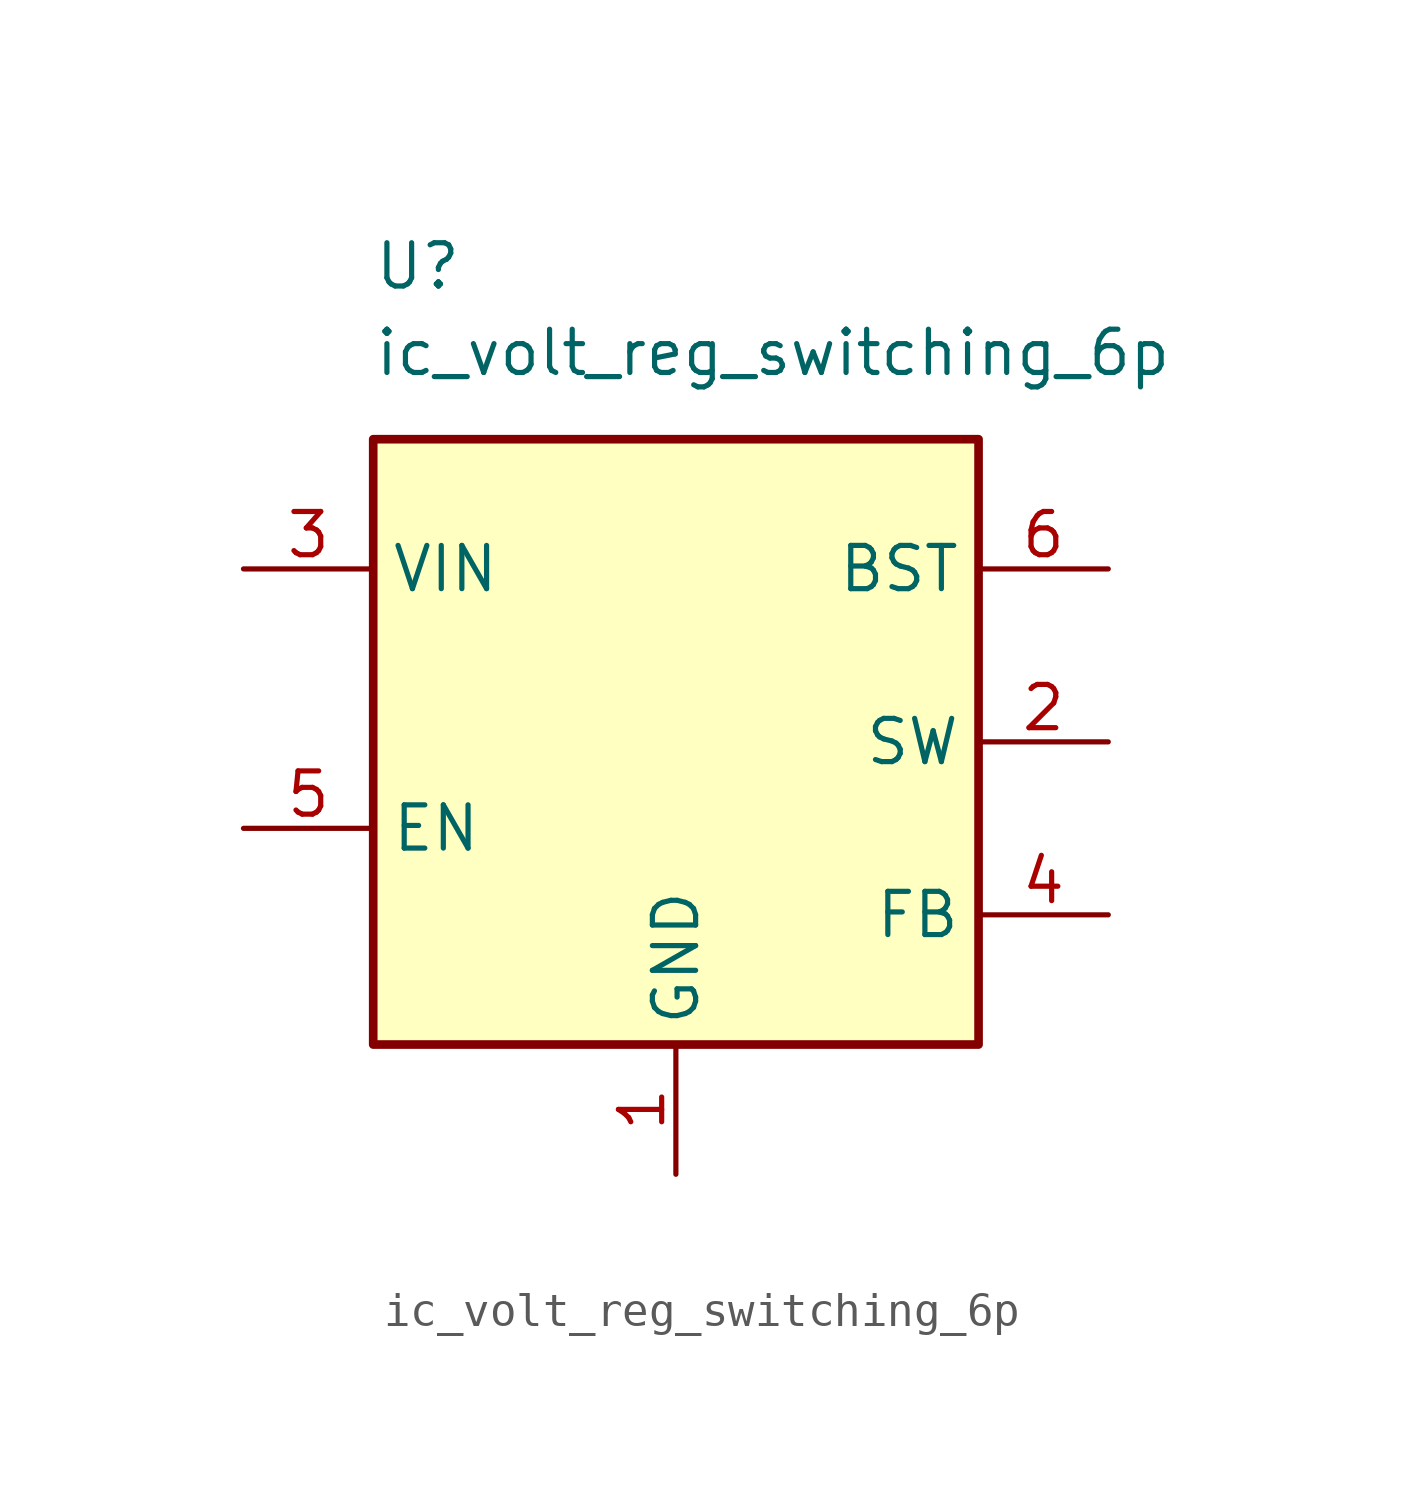
<source format=kicad_sym>
(kicad_symbol_lib
  (version 20241209)
  (generator "kicad_symbol_editor")
  (generator_version "9.0")
  (symbol "ic_volt_reg_switching_6p"
    (property "Reference" "U"
      (at 3.81 8.89 0)
      (effects (font (size 1.27 1.27)) (justify left)))
    (property "Value" "ic_volt_reg_switching_6p"
      (at 3.81 6.35 0)
      (effects (font (size 1.27 1.27)) (justify left)))
    (symbol "ic_volt_reg_switching_6p_0_1"
      (rectangle (start 3.81 3.81) (end 21.59 -13.97) (stroke (width 0.254) (type default)) (fill (type background))))
    (symbol "ic_volt_reg_switching_6p_1_1"
      (pin input line (at 0 0 0) (length 3.81) (name "VIN" (effects (font (size 1.27 1.27)))) (number "3" (effects (font (size 1.27 1.27)))))
      (pin input line (at 0 -7.62 0) (length 3.81) (name "EN" (effects (font (size 1.27 1.27)))) (number "5" (effects (font (size 1.27 1.27)))))
      (pin power_in line (at 12.7 -17.78 90) (length 3.81) (name "GND" (effects (font (size 1.27 1.27)))) (number "1" (effects (font (size 1.27 1.27)))))
      (pin input line (at 25.4 0 180) (length 3.81) (name "BST" (effects (font (size 1.27 1.27)))) (number "6" (effects (font (size 1.27 1.27)))))
      (pin output line (at 25.4 -5.08 180) (length 3.81) (name "SW" (effects (font (size 1.27 1.27)))) (number "2" (effects (font (size 1.27 1.27)))))
      (pin input line (at 25.4 -10.16 180) (length 3.81) (name "FB" (effects (font (size 1.27 1.27)))) (number "4" (effects (font (size 1.27 1.27))))))))
</source>
